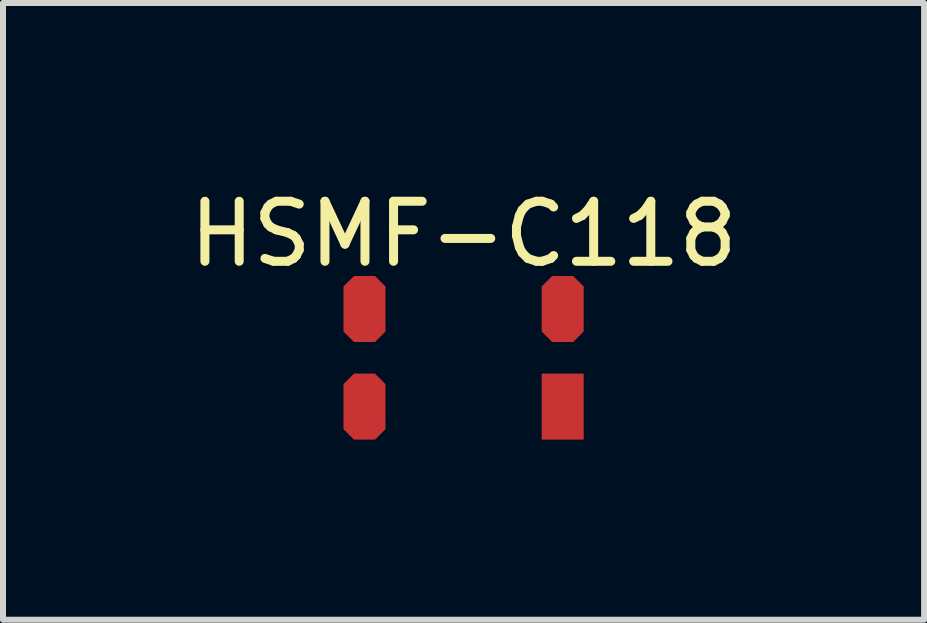
<source format=kicad_pcb>
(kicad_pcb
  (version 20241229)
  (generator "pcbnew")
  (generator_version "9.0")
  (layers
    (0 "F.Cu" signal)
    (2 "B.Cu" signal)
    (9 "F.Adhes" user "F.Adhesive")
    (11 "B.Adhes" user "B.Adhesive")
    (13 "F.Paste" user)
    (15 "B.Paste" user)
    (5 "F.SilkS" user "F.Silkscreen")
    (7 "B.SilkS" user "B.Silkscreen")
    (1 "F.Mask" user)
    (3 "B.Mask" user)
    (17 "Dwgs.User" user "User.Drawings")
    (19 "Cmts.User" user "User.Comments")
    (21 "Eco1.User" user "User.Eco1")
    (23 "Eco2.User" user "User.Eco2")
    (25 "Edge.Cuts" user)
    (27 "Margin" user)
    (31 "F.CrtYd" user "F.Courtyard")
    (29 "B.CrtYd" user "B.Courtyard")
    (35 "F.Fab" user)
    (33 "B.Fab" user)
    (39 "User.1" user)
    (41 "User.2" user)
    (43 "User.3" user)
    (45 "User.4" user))
  (footprint "HSMF-C118"
    (layer "F.Cu")
    (at 4.673 2.911)
    (property "Reference" "HSMF-C118" (at 0 -2.063 0) (layer "F.SilkS") (effects (font (size 1 1) (thickness 0.15))))
    (pad "A" smd rect (at 1.651 0.813) (size 0.7 1.1) (layers "F.Cu" "F.Mask" "F.Paste"))
    (pad "KB" smd roundrect (at -1.651 0.813) (size 0.7 1.1) (layers "F.Cu" "F.Mask" "F.Paste") (roundrect_rratio 0.25) (chamfer_ratio 0.25) (chamfer top_left top_right bottom_left bottom_right))
    (pad "KG" smd roundrect (at -1.651 -0.813) (size 0.7 1.1) (layers "F.Cu" "F.Mask" "F.Paste") (roundrect_rratio 0.25) (chamfer_ratio 0.25) (chamfer top_left top_right bottom_left bottom_right))
    (pad "KR" smd roundrect (at 1.651 -0.813) (size 0.7 1.1) (layers "F.Cu" "F.Mask" "F.Paste") (roundrect_rratio 0.25) (chamfer_ratio 0.25) (chamfer top_left top_right bottom_left bottom_right)))
  (gr_rect
    (start -3 -3)
    (end 12.345 7.274)
    (stroke (width 0.1) (type default))
    (fill no)
    (layer "Edge.Cuts")))
</source>
